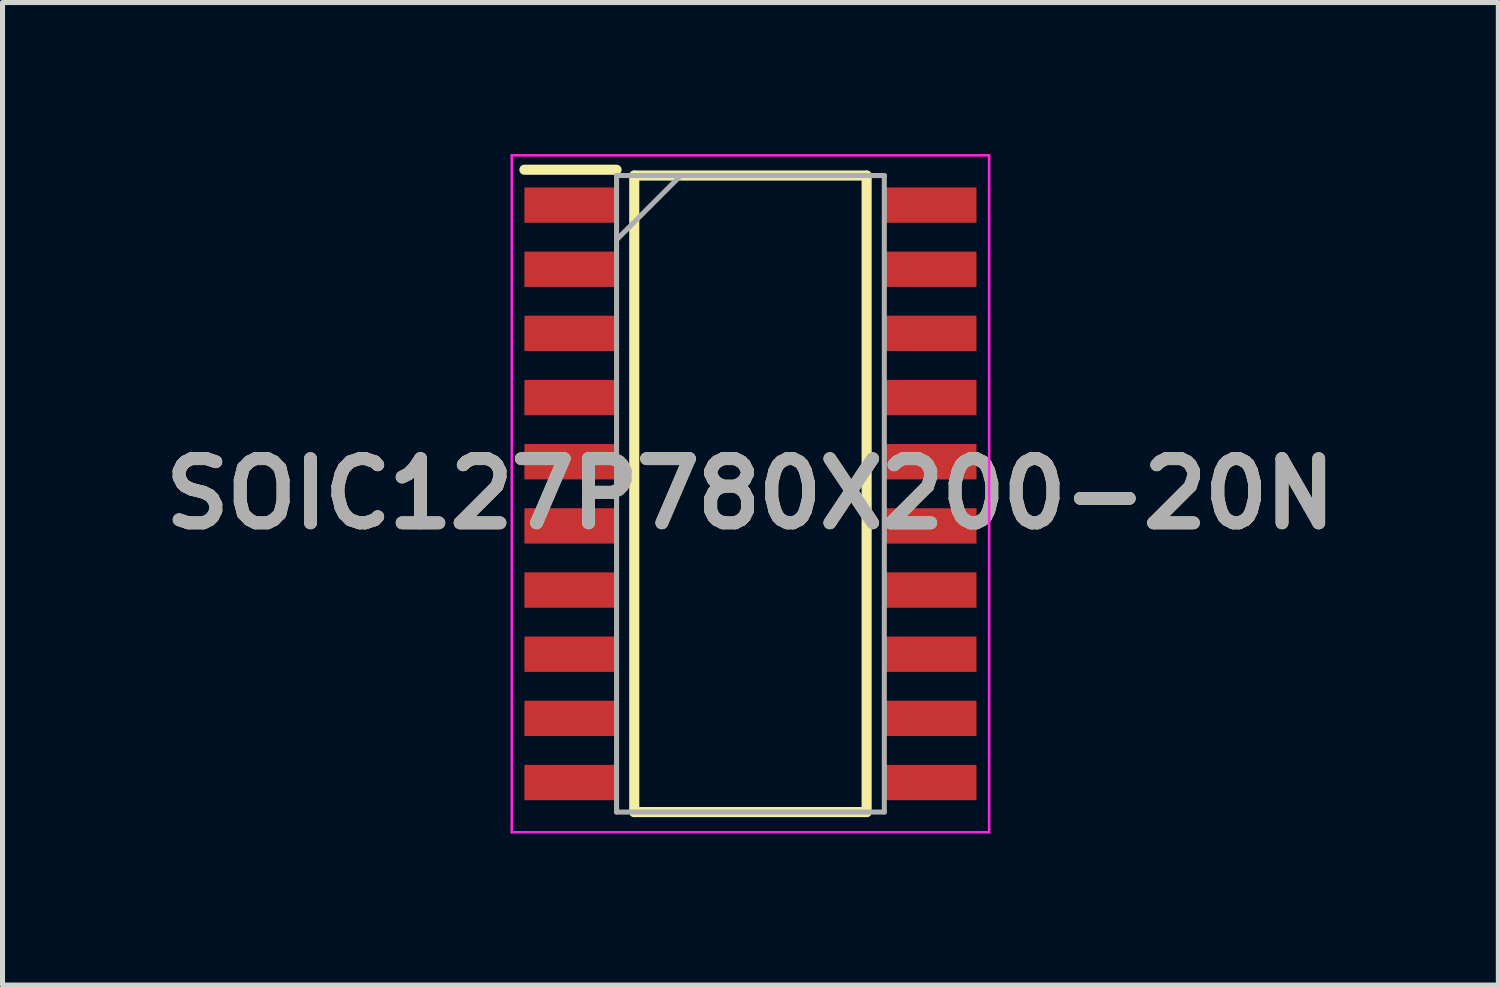
<source format=kicad_pcb>
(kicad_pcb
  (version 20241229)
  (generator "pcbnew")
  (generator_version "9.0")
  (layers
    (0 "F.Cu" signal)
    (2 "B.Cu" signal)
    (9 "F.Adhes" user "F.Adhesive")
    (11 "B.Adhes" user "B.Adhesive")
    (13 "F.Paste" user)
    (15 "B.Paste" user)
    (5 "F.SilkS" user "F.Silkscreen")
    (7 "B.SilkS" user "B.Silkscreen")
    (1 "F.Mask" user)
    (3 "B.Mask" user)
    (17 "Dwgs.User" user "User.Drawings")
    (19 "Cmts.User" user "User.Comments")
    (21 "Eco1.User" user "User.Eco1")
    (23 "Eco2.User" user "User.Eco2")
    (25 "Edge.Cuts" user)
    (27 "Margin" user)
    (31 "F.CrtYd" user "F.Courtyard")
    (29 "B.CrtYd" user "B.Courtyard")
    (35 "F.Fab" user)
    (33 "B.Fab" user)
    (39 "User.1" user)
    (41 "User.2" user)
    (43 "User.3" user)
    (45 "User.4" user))
  (footprint "SOIC127P780X200-20N"
    (layer "F.Cu")
    (at 11.805 6.725)
    (property "Reference" "SOIC127P780X200-20N" (at 0 0 0) (layer "F.SilkS") (effects (font (size 1.27 1.27) (thickness 0.254))))
    (attr smd)
    (fp_line (start -4.475 -6.415) (end -2.65 -6.415) (stroke (width 0.2) (type solid)) (layer "F.SilkS"))
    (fp_line (start -2.3 -6.3) (end 2.3 -6.3) (stroke (width 0.2) (type solid)) (layer "F.SilkS"))
    (fp_line (start -2.3 6.3) (end -2.3 -6.3) (stroke (width 0.2) (type solid)) (layer "F.SilkS"))
    (fp_line (start 2.3 -6.3) (end 2.3 6.3) (stroke (width 0.2) (type solid)) (layer "F.SilkS"))
    (fp_line (start 2.3 6.3) (end -2.3 6.3) (stroke (width 0.2) (type solid)) (layer "F.SilkS"))
    (fp_line (start -4.725 -6.7) (end 4.725 -6.7) (stroke (width 0.05) (type solid)) (layer "F.CrtYd"))
    (fp_line (start -4.725 6.7) (end -4.725 -6.7) (stroke (width 0.05) (type solid)) (layer "F.CrtYd"))
    (fp_line (start 4.725 -6.7) (end 4.725 6.7) (stroke (width 0.05) (type solid)) (layer "F.CrtYd"))
    (fp_line (start 4.725 6.7) (end -4.725 6.7) (stroke (width 0.05) (type solid)) (layer "F.CrtYd"))
    (fp_line (start -2.65 -6.3) (end 2.65 -6.3) (stroke (width 0.1) (type solid)) (layer "F.Fab"))
    (fp_line (start -2.65 -5.03) (end -1.38 -6.3) (stroke (width 0.1) (type solid)) (layer "F.Fab"))
    (fp_line (start -2.65 6.3) (end -2.65 -6.3) (stroke (width 0.1) (type solid)) (layer "F.Fab"))
    (fp_line (start 2.65 -6.3) (end 2.65 6.3) (stroke (width 0.1) (type solid)) (layer "F.Fab"))
    (fp_line (start 2.65 6.3) (end -2.65 6.3) (stroke (width 0.1) (type solid)) (layer "F.Fab"))
    (fp_text user "${REFERENCE}" (at 0 0 0) (layer "F.Fab") (effects (font (size 1.27 1.27) (thickness 0.254))))
    (pad "1" smd rect (at -3.562 -5.715 90) (size 0.7 1.825) (layers "F.Cu" "F.Mask" "F.Paste"))
    (pad "2" smd rect (at -3.562 -4.445 90) (size 0.7 1.825) (layers "F.Cu" "F.Mask" "F.Paste"))
    (pad "3" smd rect (at -3.562 -3.175 90) (size 0.7 1.825) (layers "F.Cu" "F.Mask" "F.Paste"))
    (pad "4" smd rect (at -3.562 -1.905 90) (size 0.7 1.825) (layers "F.Cu" "F.Mask" "F.Paste"))
    (pad "5" smd rect (at -3.562 -0.635 90) (size 0.7 1.825) (layers "F.Cu" "F.Mask" "F.Paste"))
    (pad "6" smd rect (at -3.562 0.635 90) (size 0.7 1.825) (layers "F.Cu" "F.Mask" "F.Paste"))
    (pad "7" smd rect (at -3.562 1.905 90) (size 0.7 1.825) (layers "F.Cu" "F.Mask" "F.Paste"))
    (pad "8" smd rect (at -3.562 3.175 90) (size 0.7 1.825) (layers "F.Cu" "F.Mask" "F.Paste"))
    (pad "9" smd rect (at -3.562 4.445 90) (size 0.7 1.825) (layers "F.Cu" "F.Mask" "F.Paste"))
    (pad "10" smd rect (at -3.562 5.715 90) (size 0.7 1.825) (layers "F.Cu" "F.Mask" "F.Paste"))
    (pad "11" smd rect (at 3.562 5.715 90) (size 0.7 1.825) (layers "F.Cu" "F.Mask" "F.Paste"))
    (pad "12" smd rect (at 3.562 4.445 90) (size 0.7 1.825) (layers "F.Cu" "F.Mask" "F.Paste"))
    (pad "13" smd rect (at 3.562 3.175 90) (size 0.7 1.825) (layers "F.Cu" "F.Mask" "F.Paste"))
    (pad "14" smd rect (at 3.562 1.905 90) (size 0.7 1.825) (layers "F.Cu" "F.Mask" "F.Paste"))
    (pad "15" smd rect (at 3.562 0.635 90) (size 0.7 1.825) (layers "F.Cu" "F.Mask" "F.Paste"))
    (pad "16" smd rect (at 3.562 -0.635 90) (size 0.7 1.825) (layers "F.Cu" "F.Mask" "F.Paste"))
    (pad "17" smd rect (at 3.562 -1.905 90) (size 0.7 1.825) (layers "F.Cu" "F.Mask" "F.Paste"))
    (pad "18" smd rect (at 3.562 -3.175 90) (size 0.7 1.825) (layers "F.Cu" "F.Mask" "F.Paste"))
    (pad "19" smd rect (at 3.562 -4.445 90) (size 0.7 1.825) (layers "F.Cu" "F.Mask" "F.Paste"))
    (pad "20" smd rect (at 3.562 -5.715 90) (size 0.7 1.825) (layers "F.Cu" "F.Mask" "F.Paste")))
  (gr_rect
    (start -3 -3)
    (end 26.61 16.45)
    (stroke (width 0.1) (type default))
    (fill no)
    (layer "Edge.Cuts")))
</source>
